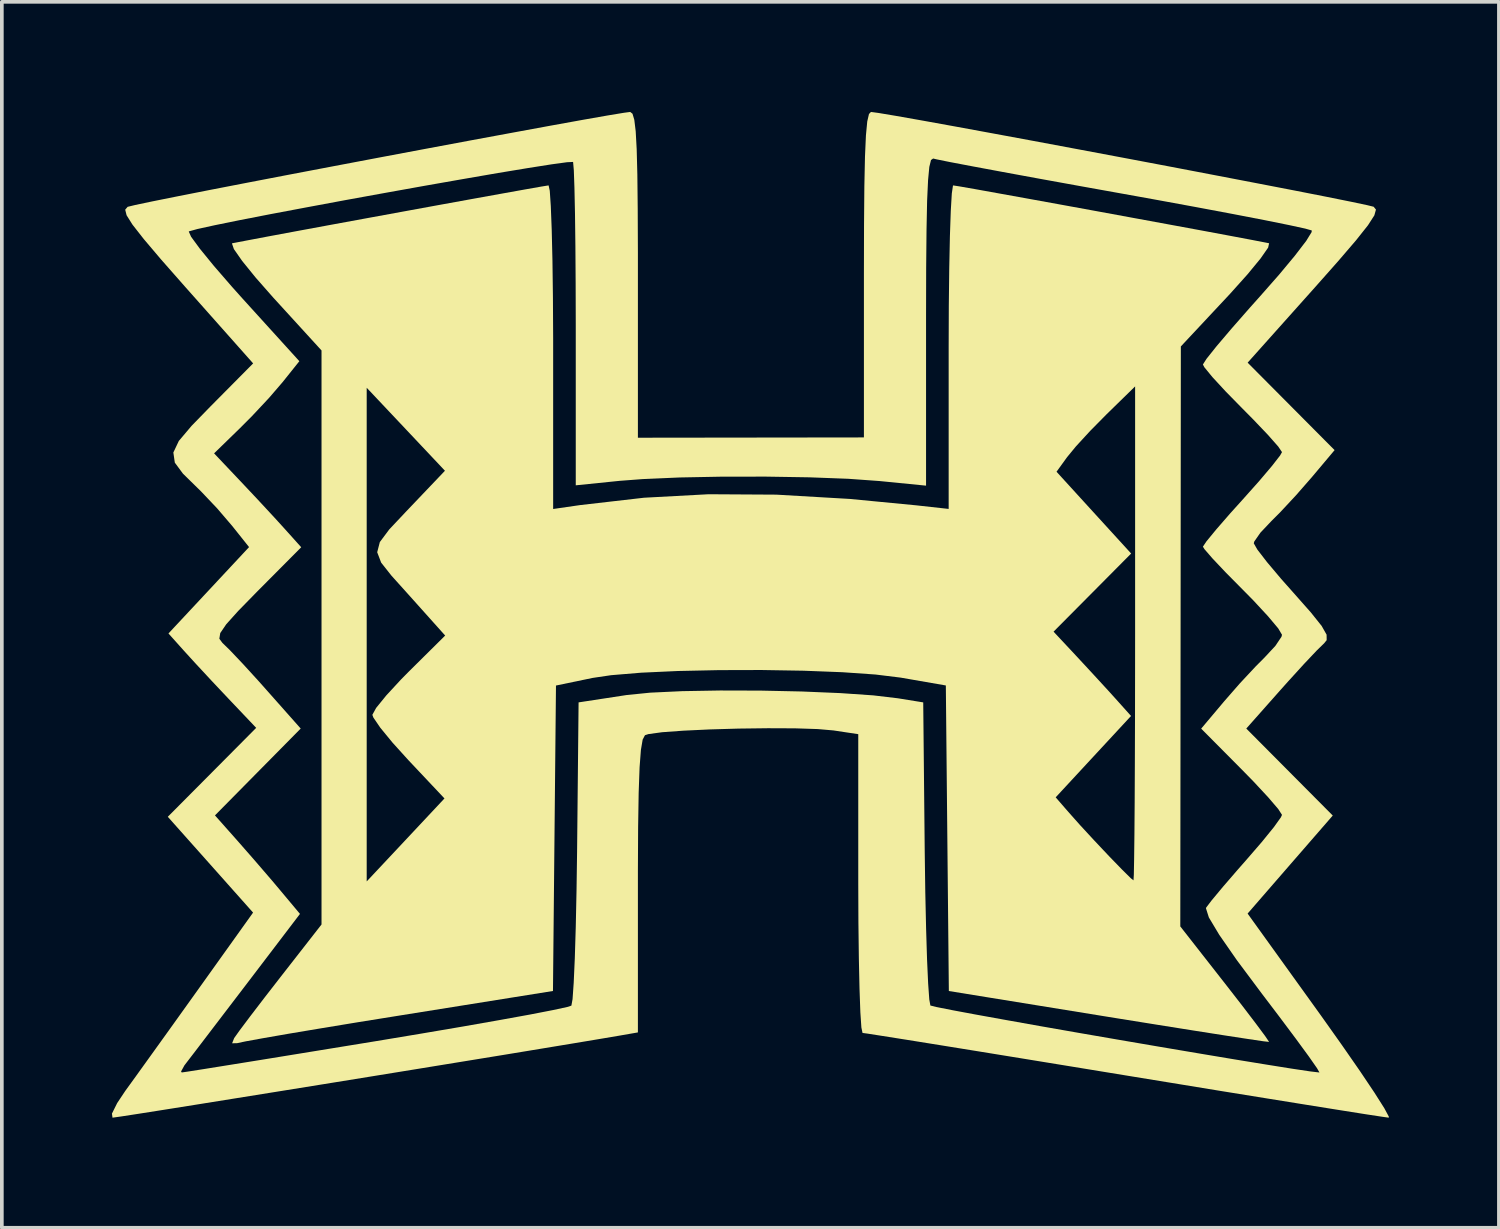
<source format=kicad_pcb>
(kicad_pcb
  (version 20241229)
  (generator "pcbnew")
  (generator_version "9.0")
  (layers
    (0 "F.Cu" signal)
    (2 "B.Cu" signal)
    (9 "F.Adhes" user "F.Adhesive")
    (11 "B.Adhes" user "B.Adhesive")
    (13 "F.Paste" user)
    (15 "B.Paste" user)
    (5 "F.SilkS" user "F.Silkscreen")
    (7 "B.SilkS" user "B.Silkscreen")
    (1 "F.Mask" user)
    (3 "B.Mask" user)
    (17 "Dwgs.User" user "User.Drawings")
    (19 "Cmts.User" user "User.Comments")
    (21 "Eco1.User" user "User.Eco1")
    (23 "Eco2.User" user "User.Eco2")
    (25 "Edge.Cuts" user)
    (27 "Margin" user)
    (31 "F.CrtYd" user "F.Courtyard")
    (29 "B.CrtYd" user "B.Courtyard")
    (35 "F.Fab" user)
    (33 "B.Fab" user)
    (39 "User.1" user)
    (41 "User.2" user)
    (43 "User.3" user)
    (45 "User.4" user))
  (footprint "uhLogo2"
    (layer "F.Cu")
    (at 17.409 13.701)
    (property "Reference" "uhLogo2" (at 0 0 0) (layer "F.SilkS") (effects (font (size 1.5 1.5) (thickness 0.3))))
    (attr board_only exclude_from_pos_files exclude_from_bom)
    (fp_poly (pts (xy 5.68 -11.673) (xy 6.104 -11.599) (xy 6.736 -11.485) (xy 7.529 -11.342) (xy 8.437 -11.177) (xy 9.412 -10.999) (xy 10.407 -10.816) (xy 11.375 -10.638) (xy 12.269 -10.473) (xy 13.041 -10.329) (xy 13.646 -10.215) (xy 14.034 -10.14) (xy 14.119 -10.123) (xy 14.092 -10.004) (xy 13.885 -9.707) (xy 13.53 -9.276) (xy 13.063 -8.755) (xy 13.01 -8.698) (xy 11.714 -7.312) (xy 11.707 0.589) (xy 11.699 8.49) (xy 12.922 10.052) (xy 13.377 10.637) (xy 13.75 11.126) (xy 14.008 11.473) (xy 14.115 11.631) (xy 14.115 11.636) (xy 13.962 11.619) (xy 13.543 11.557) (xy 12.897 11.458) (xy 12.062 11.327) (xy 11.077 11.17) (xy 9.98 10.994) (xy 9.739 10.955) (xy 5.393 10.25) (xy 5.352 6.088) (xy 5.311 1.925) (xy 4.079 1.711) (xy 3.396 1.627) (xy 2.492 1.564) (xy 1.434 1.523) (xy 0.289 1.504) (xy -0.874 1.507) (xy -1.99 1.531) (xy -2.99 1.577) (xy -3.808 1.645) (xy -4.31 1.719) (xy -5.311 1.927) (xy -5.352 6.088) (xy -5.393 10.249) (xy -9.585 10.92) (xy -10.693 11.098) (xy -11.706 11.265) (xy -12.584 11.412) (xy -13.285 11.534) (xy -13.768 11.622) (xy -13.991 11.669) (xy -13.995 11.671) (xy -14.135 11.674) (xy -14.079 11.533) (xy -13.935 11.33) (xy -13.644 10.942) (xy -13.249 10.426) (xy -12.822 9.876) (xy -11.699 8.437) (xy -11.699 0.617) (xy -11.699 0.539) (xy -10.468 0.539) (xy -10.468 7.264) (xy -9.408 6.134) (xy -8.349 5.003) (xy -9.331 3.961) (xy -9.762 3.485) (xy -10.097 3.077) (xy -10.287 2.798) (xy -10.314 2.725) (xy -10.211 2.537) (xy -9.934 2.196) (xy -9.534 1.763) (xy -9.322 1.548) (xy -8.33 0.565) (xy -8.425 0.459) (xy 8.246 0.459) (xy 8.859 1.115) (xy 9.294 1.584) (xy 9.724 2.052) (xy 9.915 2.263) (xy 10.357 2.756) (xy 9.33 3.865) (xy 8.304 4.973) (xy 8.651 5.373) (xy 8.975 5.737) (xy 9.364 6.158) (xy 9.761 6.579) (xy 10.108 6.937) (xy 10.348 7.174) (xy 10.424 7.235) (xy 10.433 7.086) (xy 10.441 6.661) (xy 10.449 5.99) (xy 10.456 5.105) (xy 10.461 4.036) (xy 10.465 2.816) (xy 10.467 1.474) (xy 10.468 0.506) (xy 10.468 -6.223) (xy 9.686 -5.459) (xy 9.244 -5.011) (xy 8.854 -4.587) (xy 8.615 -4.296) (xy 8.327 -3.898) (xy 9.343 -2.784) (xy 10.36 -1.67) (xy 9.303 -0.605) (xy 8.246 0.459) (xy -8.425 0.459) (xy -9.341 -0.564) (xy -9.792 -1.065) (xy -10.074 -1.422) (xy -10.182 -1.705) (xy -10.11 -1.983) (xy -9.853 -2.327) (xy -9.404 -2.804) (xy -9.142 -3.079) (xy -8.336 -3.925) (xy -9.402 -5.056) (xy -10.468 -6.186) (xy -10.468 0.539) (xy -11.699 0.539) (xy -11.699 -7.203) (xy -13.014 -8.643) (xy -13.491 -9.185) (xy -13.86 -9.64) (xy -14.087 -9.965) (xy -14.139 -10.117) (xy -14.13 -10.123) (xy -13.75 -10.196) (xy -13.153 -10.309) (xy -12.385 -10.452) (xy -11.493 -10.617) (xy -10.524 -10.795) (xy -9.525 -10.978) (xy -8.542 -11.158) (xy -7.623 -11.325) (xy -6.814 -11.471) (xy -6.162 -11.588) (xy -5.714 -11.667) (xy -5.517 -11.699) (xy -5.512 -11.699) (xy -5.48 -11.552) (xy -5.452 -11.135) (xy -5.427 -10.487) (xy -5.407 -9.647) (xy -5.394 -8.653) (xy -5.388 -7.544) (xy -5.388 -7.291) (xy -5.388 -2.883) (xy -4.657 -2.989) (xy -2.913 -3.19) (xy -1.154 -3.285) (xy 0.693 -3.274) (xy 2.698 -3.157) (xy 4.503 -2.983) (xy 5.388 -2.885) (xy 5.388 -7.292) (xy 5.392 -8.421) (xy 5.404 -9.443) (xy 5.422 -10.32) (xy 5.446 -11.013) (xy 5.474 -11.483) (xy 5.505 -11.692) (xy 5.512 -11.699)) (stroke (width 0) (type solid)) (fill yes) (layer "F.SilkS"))
    (fp_poly (pts (xy 3.479 -13.673) (xy 3.95 -13.594) (xy 4.647 -13.471) (xy 5.531 -13.311) (xy 6.565 -13.121) (xy 7.711 -12.909) (xy 8.93 -12.681) (xy 10.186 -12.445) (xy 11.439 -12.208) (xy 12.652 -11.976) (xy 13.788 -11.758) (xy 14.808 -11.561) (xy 15.673 -11.391) (xy 16.348 -11.255) (xy 16.792 -11.161) (xy 16.967 -11.118) (xy 17.03 -11.041) (xy 16.986 -10.883) (xy 16.813 -10.614) (xy 16.49 -10.207) (xy 15.996 -9.631) (xy 15.382 -8.938) (xy 13.534 -6.87) (xy 14.719 -5.678) (xy 15.903 -4.487) (xy 15.278 -3.744) (xy 14.852 -3.257) (xy 14.418 -2.791) (xy 14.177 -2.55) (xy 13.882 -2.238) (xy 13.715 -1.998) (xy 13.701 -1.948) (xy 13.798 -1.778) (xy 14.061 -1.437) (xy 14.446 -0.98) (xy 14.776 -0.608) (xy 15.257 -0.064) (xy 15.551 0.304) (xy 15.685 0.541) (xy 15.687 0.691) (xy 15.619 0.775) (xy 15.417 0.972) (xy 15.073 1.336) (xy 14.646 1.805) (xy 14.442 2.033) (xy 13.497 3.099) (xy 14.675 4.284) (xy 15.853 5.469) (xy 14.693 6.804) (xy 13.533 8.14) (xy 15.533 10.92) (xy 16.102 11.722) (xy 16.595 12.432) (xy 16.988 13.018) (xy 17.257 13.442) (xy 17.38 13.671) (xy 17.379 13.701) (xy 17.2 13.676) (xy 16.748 13.607) (xy 16.054 13.497) (xy 15.148 13.352) (xy 14.062 13.177) (xy 12.825 12.977) (xy 11.47 12.755) (xy 10.191 12.546) (xy 8.757 12.311) (xy 7.416 12.092) (xy 6.199 11.894) (xy 5.136 11.722) (xy 4.259 11.581) (xy 3.596 11.476) (xy 3.18 11.411) (xy 3.041 11.392) (xy 3.01 11.244) (xy 2.982 10.829) (xy 2.959 10.186) (xy 2.941 9.356) (xy 2.929 8.378) (xy 2.925 7.322) (xy 2.925 3.252) (xy 2.248 3.15) (xy 1.821 3.113) (xy 1.205 3.093) (xy 0.464 3.09) (xy -0.335 3.1) (xy -1.126 3.123) (xy -1.843 3.157) (xy -2.421 3.199) (xy -2.793 3.25) (xy -2.886 3.28) (xy -2.949 3.399) (xy -2.997 3.681) (xy -3.033 4.155) (xy -3.058 4.848) (xy -3.073 5.787) (xy -3.079 6.998) (xy -3.079 7.391) (xy -3.079 11.378) (xy -3.579 11.465) (xy -4.075 11.549) (xy -4.793 11.669) (xy -5.694 11.818) (xy -6.743 11.991) (xy -7.902 12.18) (xy -9.134 12.381) (xy -10.402 12.587) (xy -11.668 12.792) (xy -12.897 12.99) (xy -14.05 13.175) (xy -15.09 13.342) (xy -15.981 13.484) (xy -16.685 13.595) (xy -17.166 13.669) (xy -17.386 13.7) (xy -17.394 13.701) (xy -17.409 13.59) (xy -17.267 13.304) (xy -17.044 12.969) (xy -16.768 12.588) (xy -16.664 12.443) (xy -15.526 12.443) (xy -15.507 12.469) (xy -15.341 12.445) (xy -14.908 12.377) (xy -14.241 12.27) (xy -13.377 12.131) (xy -12.351 11.964) (xy -11.198 11.776) (xy -10.216 11.616) (xy -8.986 11.411) (xy -7.852 11.218) (xy -6.852 11.042) (xy -6.019 10.891) (xy -5.392 10.769) (xy -5.004 10.685) (xy -4.891 10.648) (xy -4.859 10.47) (xy -4.828 10.025) (xy -4.798 9.356) (xy -4.772 8.503) (xy -4.751 7.508) (xy -4.736 6.46) (xy -4.695 2.386) (xy -3.387 2.186) (xy -2.744 2.121) (xy -1.87 2.08) (xy -0.84 2.062) (xy 0.271 2.065) (xy 1.387 2.089) (xy 2.434 2.133) (xy 3.335 2.195) (xy 4.002 2.274) (xy 4.695 2.386) (xy 4.736 6.46) (xy 4.751 7.551) (xy 4.773 8.54) (xy 4.799 9.386) (xy 4.829 10.046) (xy 4.86 10.48) (xy 4.89 10.645) (xy 5.053 10.686) (xy 5.477 10.77) (xy 6.12 10.89) (xy 6.939 11.038) (xy 7.892 11.208) (xy 8.936 11.391) (xy 10.03 11.58) (xy 11.129 11.768) (xy 12.193 11.948) (xy 13.178 12.113) (xy 14.042 12.254) (xy 14.742 12.366) (xy 15.237 12.44) (xy 15.483 12.469) (xy 15.49 12.469) (xy 15.425 12.354) (xy 15.201 12.033) (xy 14.845 11.547) (xy 14.386 10.934) (xy 13.923 10.324) (xy 13.242 9.412) (xy 12.76 8.718) (xy 12.477 8.245) (xy 12.398 7.996) (xy 12.404 7.977) (xy 12.555 7.778) (xy 12.859 7.413) (xy 13.264 6.944) (xy 13.497 6.679) (xy 13.918 6.192) (xy 14.247 5.787) (xy 14.439 5.519) (xy 14.47 5.451) (xy 14.368 5.292) (xy 14.093 4.971) (xy 13.69 4.538) (xy 13.369 4.21) (xy 12.268 3.101) (xy 12.893 2.359) (xy 13.319 1.871) (xy 13.753 1.406) (xy 13.994 1.164) (xy 14.289 0.847) (xy 14.456 0.598) (xy 14.47 0.544) (xy 14.367 0.37) (xy 14.089 0.039) (xy 13.685 -0.397) (xy 13.393 -0.693) (xy 12.935 -1.156) (xy 12.574 -1.538) (xy 12.357 -1.789) (xy 12.315 -1.857) (xy 12.413 -2.003) (xy 12.676 -2.323) (xy 13.061 -2.766) (xy 13.393 -3.134) (xy 13.84 -3.635) (xy 14.196 -4.055) (xy 14.418 -4.34) (xy 14.47 -4.433) (xy 14.368 -4.584) (xy 14.091 -4.898) (xy 13.688 -5.321) (xy 13.393 -5.619) (xy 12.935 -6.086) (xy 12.573 -6.478) (xy 12.356 -6.743) (xy 12.315 -6.82) (xy 12.413 -6.974) (xy 12.683 -7.313) (xy 13.089 -7.791) (xy 13.594 -8.367) (xy 13.857 -8.661) (xy 14.387 -9.263) (xy 14.822 -9.786) (xy 15.13 -10.188) (xy 15.277 -10.427) (xy 15.281 -10.472) (xy 15.106 -10.522) (xy 14.665 -10.618) (xy 13.993 -10.754) (xy 13.127 -10.921) (xy 12.104 -11.113) (xy 10.96 -11.323) (xy 10.16 -11.467) (xy 8.952 -11.684) (xy 7.838 -11.886) (xy 6.854 -12.067) (xy 6.038 -12.219) (xy 5.427 -12.335) (xy 5.057 -12.41) (xy 4.965 -12.432) (xy 4.907 -12.391) (xy 4.861 -12.204) (xy 4.827 -11.844) (xy 4.801 -11.284) (xy 4.785 -10.499) (xy 4.775 -9.461) (xy 4.772 -8.145) (xy 4.772 -8.011) (xy 4.772 -3.519) (xy 3.502 -3.645) (xy 2.653 -3.706) (xy 1.595 -3.746) (xy 0.417 -3.765) (xy -0.793 -3.764) (xy -1.944 -3.742) (xy -2.948 -3.698) (xy -3.579 -3.65) (xy -4.772 -3.528) (xy -4.772 -7.896) (xy -4.775 -9.024) (xy -4.782 -10.05) (xy -4.793 -10.933) (xy -4.808 -11.634) (xy -4.825 -12.113) (xy -4.844 -12.331) (xy -4.847 -12.339) (xy -5.011 -12.331) (xy -5.435 -12.273) (xy -6.076 -12.172) (xy -6.892 -12.037) (xy -7.841 -11.873) (xy -8.878 -11.691) (xy -9.963 -11.496) (xy -11.053 -11.298) (xy -12.105 -11.102) (xy -13.076 -10.919) (xy -13.924 -10.754) (xy -14.607 -10.615) (xy -15.081 -10.511) (xy -15.305 -10.449) (xy -15.316 -10.443) (xy -15.253 -10.301) (xy -15.014 -9.975) (xy -14.632 -9.507) (xy -14.14 -8.939) (xy -13.86 -8.626) (xy -12.303 -6.91) (xy -12.758 -6.341) (xy -13.129 -5.91) (xy -13.601 -5.406) (xy -13.92 -5.086) (xy -14.626 -4.399) (xy -13.891 -3.623) (xy -13.433 -3.136) (xy -12.988 -2.656) (xy -12.704 -2.344) (xy -12.252 -1.841) (xy -13.447 -0.639) (xy -13.969 -0.105) (xy -14.296 0.259) (xy -14.458 0.497) (xy -14.483 0.651) (xy -14.401 0.763) (xy -14.399 0.765) (xy -14.192 0.967) (xy -13.843 1.335) (xy -13.413 1.806) (xy -13.211 2.033) (xy -12.266 3.099) (xy -13.434 4.282) (xy -14.602 5.465) (xy -13.987 6.158) (xy -13.528 6.682) (xy -13.047 7.241) (xy -12.829 7.5) (xy -12.286 8.149) (xy -13.785 10.117) (xy -14.305 10.798) (xy -14.766 11.402) (xy -15.132 11.882) (xy -15.37 12.192) (xy -15.435 12.277) (xy -15.526 12.443) (xy -16.664 12.443) (xy -16.359 12.019) (xy -15.862 11.327) (xy -15.323 10.574) (xy -15.038 10.176) (xy -13.564 8.113) (xy -14.725 6.808) (xy -15.887 5.503) (xy -14.683 4.292) (xy -13.479 3.08) (xy -14.247 2.271) (xy -14.704 1.786) (xy -15.142 1.314) (xy -15.442 0.985) (xy -15.869 0.508) (xy -14.771 -0.668) (xy -13.673 -1.845) (xy -14.134 -2.423) (xy -14.541 -2.898) (xy -14.98 -3.361) (xy -15.085 -3.464) (xy -15.475 -3.847) (xy -15.696 -4.146) (xy -15.736 -4.422) (xy -15.587 -4.737) (xy -15.238 -5.15) (xy -14.725 -5.677) (xy -13.562 -6.85) (xy -15.407 -8.928) (xy -16.069 -9.68) (xy -16.542 -10.238) (xy -16.849 -10.63) (xy -17.01 -10.886) (xy -17.048 -11.038) (xy -16.983 -11.114) (xy -16.977 -11.117) (xy -16.775 -11.166) (xy -16.309 -11.264) (xy -15.617 -11.403) (xy -14.735 -11.577) (xy -13.703 -11.777) (xy -12.558 -11.997) (xy -11.339 -12.229) (xy -10.083 -12.467) (xy -8.828 -12.703) (xy -7.613 -12.93) (xy -6.476 -13.14) (xy -5.454 -13.328) (xy -4.586 -13.485) (xy -3.909 -13.604) (xy -3.462 -13.678) (xy -3.288 -13.701) (xy -3.226 -13.652) (xy -3.177 -13.487) (xy -3.139 -13.175) (xy -3.112 -12.687) (xy -3.094 -11.993) (xy -3.084 -11.064) (xy -3.079 -9.869) (xy -3.079 -9.263) (xy -3.079 -4.825) (xy 0 -4.829) (xy 3.079 -4.833) (xy 3.079 -9.267) (xy 3.082 -10.611) (xy 3.091 -11.674) (xy 3.108 -12.483) (xy 3.134 -13.063) (xy 3.17 -13.442) (xy 3.217 -13.645) (xy 3.271 -13.701)) (stroke (width 0) (type solid)) (fill yes) (layer "F.SilkS")))
  (gr_rect
    (start -3 -3)
    (end 37.789 30.402)
    (stroke (width 0.1) (type default))
    (fill no)
    (layer "Edge.Cuts")))
</source>
